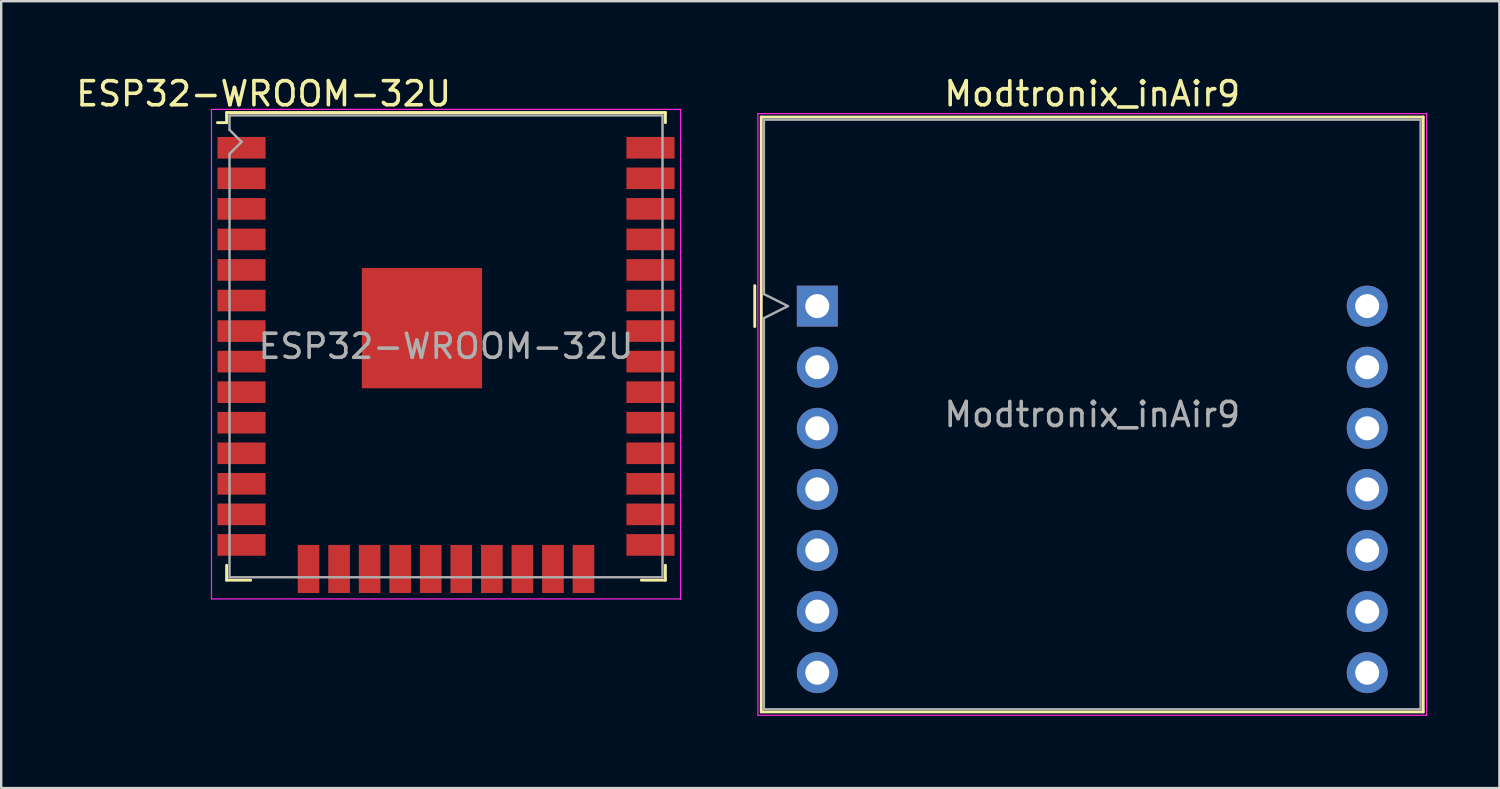
<source format=kicad_pcb>
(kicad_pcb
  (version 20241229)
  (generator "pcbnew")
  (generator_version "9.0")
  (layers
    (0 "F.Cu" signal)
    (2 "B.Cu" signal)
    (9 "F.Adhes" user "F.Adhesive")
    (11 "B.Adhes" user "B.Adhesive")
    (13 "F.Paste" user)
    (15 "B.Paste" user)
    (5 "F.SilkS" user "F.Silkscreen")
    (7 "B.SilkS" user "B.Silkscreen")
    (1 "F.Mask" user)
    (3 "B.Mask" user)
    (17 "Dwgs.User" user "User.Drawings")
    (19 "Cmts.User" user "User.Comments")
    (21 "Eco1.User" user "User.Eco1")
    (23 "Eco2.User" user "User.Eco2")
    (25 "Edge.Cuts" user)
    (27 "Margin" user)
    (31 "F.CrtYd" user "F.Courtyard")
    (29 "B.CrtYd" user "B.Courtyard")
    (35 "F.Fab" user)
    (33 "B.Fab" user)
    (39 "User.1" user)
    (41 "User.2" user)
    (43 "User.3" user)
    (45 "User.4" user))
  (footprint "Modtronix_inAir9"
    (layer "F.Cu")
    (at 30.926 9.675)
    (property "Reference" "Modtronix_inAir9" (at 11.43 -8.826 0) (layer "F.SilkS") (effects (font (size 1 1) (thickness 0.15))))
    (attr through_hole)
    (fp_line (start -2.6 -0.85) (end -2.6 0.85) (stroke (width 0.12) (type solid)) (layer "F.SilkS"))
    (fp_line (start -2.33 -7.86) (end 25.19 -7.86) (stroke (width 0.12) (type solid)) (layer "F.SilkS"))
    (fp_line (start -2.33 16.87) (end -2.33 -7.86) (stroke (width 0.12) (type solid)) (layer "F.SilkS"))
    (fp_line (start 25.19 -7.86) (end 25.19 16.87) (stroke (width 0.12) (type solid)) (layer "F.SilkS"))
    (fp_line (start 25.19 16.87) (end -2.33 16.87) (stroke (width 0.12) (type solid)) (layer "F.SilkS"))
    (fp_line (start -2.47 -8) (end 25.33 -8) (stroke (width 0.05) (type solid)) (layer "F.CrtYd"))
    (fp_line (start -2.47 17.01) (end -2.47 -8) (stroke (width 0.05) (type solid)) (layer "F.CrtYd"))
    (fp_line (start 25.33 -8) (end 25.33 17.01) (stroke (width 0.05) (type solid)) (layer "F.CrtYd"))
    (fp_line (start 25.33 17.01) (end -2.47 17.01) (stroke (width 0.05) (type solid)) (layer "F.CrtYd"))
    (fp_line (start -2.22 -7.75) (end 25.08 -7.75) (stroke (width 0.1) (type solid)) (layer "F.Fab"))
    (fp_line (start -2.22 -0.5) (end -2.22 -7.75) (stroke (width 0.1) (type solid)) (layer "F.Fab"))
    (fp_line (start -2.22 0.5) (end -1.22 0) (stroke (width 0.1) (type solid)) (layer "F.Fab"))
    (fp_line (start -2.22 16.76) (end -2.22 0.5) (stroke (width 0.1) (type solid)) (layer "F.Fab"))
    (fp_line (start -2.22 16.76) (end 25.08 16.76) (stroke (width 0.1) (type solid)) (layer "F.Fab"))
    (fp_line (start -1.22 0) (end -2.22 -0.5) (stroke (width 0.1) (type solid)) (layer "F.Fab"))
    (fp_line (start 25.08 -7.75) (end 25.08 16.76) (stroke (width 0.1) (type solid)) (layer "F.Fab"))
    (fp_text user "${REFERENCE}" (at 11.43 4.508 0) (layer "F.Fab") (effects (font (size 1 1) (thickness 0.15))))
    (pad "1" thru_hole rect (at 0 0) (size 1.7 1.7) (drill 1) (layers "*.Cu" "*.Mask"))
    (pad "2" thru_hole circle (at 0 2.54) (size 1.7 1.7) (drill 1) (layers "*.Cu" "*.Mask"))
    (pad "3" thru_hole circle (at 0 5.08) (size 1.7 1.7) (drill 1) (layers "*.Cu" "*.Mask"))
    (pad "4" thru_hole circle (at 0 7.62) (size 1.7 1.7) (drill 1) (layers "*.Cu" "*.Mask"))
    (pad "5" thru_hole circle (at 0 10.16) (size 1.7 1.7) (drill 1) (layers "*.Cu" "*.Mask"))
    (pad "6" thru_hole circle (at 0 12.7) (size 1.7 1.7) (drill 1) (layers "*.Cu" "*.Mask"))
    (pad "7" thru_hole circle (at 0 15.24) (size 1.7 1.7) (drill 1) (layers "*.Cu" "*.Mask"))
    (pad "8" thru_hole circle (at 22.86 15.24) (size 1.7 1.7) (drill 1) (layers "*.Cu" "*.Mask"))
    (pad "9" thru_hole circle (at 22.86 12.7) (size 1.7 1.7) (drill 1) (layers "*.Cu" "*.Mask"))
    (pad "10" thru_hole circle (at 22.86 10.16) (size 1.7 1.7) (drill 1) (layers "*.Cu" "*.Mask"))
    (pad "11" thru_hole circle (at 22.86 7.62) (size 1.7 1.7) (drill 1) (layers "*.Cu" "*.Mask"))
    (pad "12" thru_hole circle (at 22.86 5.08) (size 1.7 1.7) (drill 1) (layers "*.Cu" "*.Mask"))
    (pad "13" thru_hole circle (at 22.86 2.54) (size 1.7 1.7) (drill 1) (layers "*.Cu" "*.Mask"))
    (pad "14" thru_hole circle (at 22.86 0) (size 1.7 1.7) (drill 1) (layers "*.Cu" "*.Mask")))
  (footprint "ESP32-WROOM-32U"
    (layer "F.Cu")
    (at 15.491 11.348)
    (property "Reference" "ESP32-WROOM-32U" (at -7.58 -10.5 180) (layer "F.SilkS") (effects (font (size 1 1) (thickness 0.15))))
    (attr smd)
    (fp_line (start -9.12 -9.72) (end -9.12 -9.3) (stroke (width 0.12) (type solid)) (layer "F.SilkS"))
    (fp_line (start -9.12 -9.72) (end 9.12 -9.72) (stroke (width 0.12) (type solid)) (layer "F.SilkS"))
    (fp_line (start -9.12 -9.3) (end -9.5 -9.3) (stroke (width 0.12) (type solid)) (layer "F.SilkS"))
    (fp_line (start -9.12 9.1) (end -9.12 9.72) (stroke (width 0.12) (type solid)) (layer "F.SilkS"))
    (fp_line (start -9.12 9.72) (end -8.12 9.72) (stroke (width 0.12) (type solid)) (layer "F.SilkS"))
    (fp_line (start 9.12 -9.72) (end 9.12 -9.3) (stroke (width 0.12) (type solid)) (layer "F.SilkS"))
    (fp_line (start 9.12 9.1) (end 9.12 9.72) (stroke (width 0.12) (type solid)) (layer "F.SilkS"))
    (fp_line (start 9.12 9.72) (end 8.12 9.72) (stroke (width 0.12) (type solid)) (layer "F.SilkS"))
    (fp_line (start -9.75 10.5) (end -9.75 -9.85) (stroke (width 0.05) (type solid)) (layer "F.CrtYd"))
    (fp_line (start -9.75 10.5) (end 9.75 10.5) (stroke (width 0.05) (type solid)) (layer "F.CrtYd"))
    (fp_line (start 9.75 -9.85) (end -9.75 -9.85) (stroke (width 0.05) (type solid)) (layer "F.CrtYd"))
    (fp_line (start 9.75 -9.85) (end 9.75 10.5) (stroke (width 0.05) (type solid)) (layer "F.CrtYd"))
    (fp_line (start -9 -9.6) (end -9 -9) (stroke (width 0.1) (type solid)) (layer "F.Fab"))
    (fp_line (start -9 -9.6) (end 9 -9.6) (stroke (width 0.1) (type solid)) (layer "F.Fab"))
    (fp_line (start -9 -8) (end -9 9.6) (stroke (width 0.1) (type solid)) (layer "F.Fab"))
    (fp_line (start -9 -8) (end -8.5 -8.5) (stroke (width 0.1) (type solid)) (layer "F.Fab"))
    (fp_line (start -9 9.6) (end 9 9.6) (stroke (width 0.1) (type solid)) (layer "F.Fab"))
    (fp_line (start -8.5 -8.5) (end -9 -9) (stroke (width 0.1) (type solid)) (layer "F.Fab"))
    (fp_line (start 9 9.6) (end 9 -9.6) (stroke (width 0.1) (type solid)) (layer "F.Fab"))
    (fp_text user "${REFERENCE}" (at 0 0 0) (layer "F.Fab") (effects (font (size 1 1) (thickness 0.15))))
    (pad "1" smd rect (at -8.5 -8.255) (size 2 0.9) (layers "F.Cu" "F.Mask" "F.Paste"))
    (pad "2" smd rect (at -8.5 -6.985) (size 2 0.9) (layers "F.Cu" "F.Mask" "F.Paste"))
    (pad "3" smd rect (at -8.5 -5.715) (size 2 0.9) (layers "F.Cu" "F.Mask" "F.Paste"))
    (pad "4" smd rect (at -8.5 -4.445) (size 2 0.9) (layers "F.Cu" "F.Mask" "F.Paste"))
    (pad "5" smd rect (at -8.5 -3.175) (size 2 0.9) (layers "F.Cu" "F.Mask" "F.Paste"))
    (pad "6" smd rect (at -8.5 -1.905) (size 2 0.9) (layers "F.Cu" "F.Mask" "F.Paste"))
    (pad "7" smd rect (at -8.5 -0.635) (size 2 0.9) (layers "F.Cu" "F.Mask" "F.Paste"))
    (pad "8" smd rect (at -8.5 0.635) (size 2 0.9) (layers "F.Cu" "F.Mask" "F.Paste"))
    (pad "9" smd rect (at -8.5 1.905) (size 2 0.9) (layers "F.Cu" "F.Mask" "F.Paste"))
    (pad "10" smd rect (at -8.5 3.175) (size 2 0.9) (layers "F.Cu" "F.Mask" "F.Paste"))
    (pad "11" smd rect (at -8.5 4.445) (size 2 0.9) (layers "F.Cu" "F.Mask" "F.Paste"))
    (pad "12" smd rect (at -8.5 5.715) (size 2 0.9) (layers "F.Cu" "F.Mask" "F.Paste"))
    (pad "13" smd rect (at -8.5 6.985) (size 2 0.9) (layers "F.Cu" "F.Mask" "F.Paste"))
    (pad "14" smd rect (at -8.5 8.255) (size 2 0.9) (layers "F.Cu" "F.Mask" "F.Paste"))
    (pad "15" smd rect (at -5.715 9.255 270) (size 2 0.9) (layers "F.Cu" "F.Mask" "F.Paste"))
    (pad "16" smd rect (at -4.445 9.255 90) (size 2 0.9) (layers "F.Cu" "F.Mask" "F.Paste"))
    (pad "17" smd rect (at -3.175 9.255 90) (size 2 0.9) (layers "F.Cu" "F.Mask" "F.Paste"))
    (pad "18" smd rect (at -1.905 9.255 90) (size 2 0.9) (layers "F.Cu" "F.Mask" "F.Paste"))
    (pad "19" smd rect (at -0.635 9.255 90) (size 2 0.9) (layers "F.Cu" "F.Mask" "F.Paste"))
    (pad "20" smd rect (at 0.635 9.255 90) (size 2 0.9) (layers "F.Cu" "F.Mask" "F.Paste"))
    (pad "21" smd rect (at 1.905 9.255 90) (size 2 0.9) (layers "F.Cu" "F.Mask" "F.Paste"))
    (pad "22" smd rect (at 3.175 9.255 90) (size 2 0.9) (layers "F.Cu" "F.Mask" "F.Paste"))
    (pad "23" smd rect (at 4.445 9.255 90) (size 2 0.9) (layers "F.Cu" "F.Mask" "F.Paste"))
    (pad "24" smd rect (at 5.715 9.255 90) (size 2 0.9) (layers "F.Cu" "F.Mask" "F.Paste"))
    (pad "25" smd rect (at 8.5 8.255) (size 2 0.9) (layers "F.Cu" "F.Mask" "F.Paste"))
    (pad "26" smd rect (at 8.5 6.985) (size 2 0.9) (layers "F.Cu" "F.Mask" "F.Paste"))
    (pad "27" smd rect (at 8.5 5.715) (size 2 0.9) (layers "F.Cu" "F.Mask" "F.Paste"))
    (pad "28" smd rect (at 8.5 4.445) (size 2 0.9) (layers "F.Cu" "F.Mask" "F.Paste"))
    (pad "29" smd rect (at 8.5 3.175) (size 2 0.9) (layers "F.Cu" "F.Mask" "F.Paste"))
    (pad "30" smd rect (at 8.5 1.905) (size 2 0.9) (layers "F.Cu" "F.Mask" "F.Paste"))
    (pad "31" smd rect (at 8.5 0.635) (size 2 0.9) (layers "F.Cu" "F.Mask" "F.Paste"))
    (pad "32" smd rect (at 8.5 -0.635) (size 2 0.9) (layers "F.Cu" "F.Mask" "F.Paste"))
    (pad "33" smd rect (at 8.5 -1.905) (size 2 0.9) (layers "F.Cu" "F.Mask" "F.Paste"))
    (pad "34" smd rect (at 8.5 -3.175) (size 2 0.9) (layers "F.Cu" "F.Mask" "F.Paste"))
    (pad "35" smd rect (at 8.5 -4.445) (size 2 0.9) (layers "F.Cu" "F.Mask" "F.Paste"))
    (pad "36" smd rect (at 8.5 -5.715) (size 2 0.9) (layers "F.Cu" "F.Mask" "F.Paste"))
    (pad "37" smd rect (at 8.5 -6.985) (size 2 0.9) (layers "F.Cu" "F.Mask" "F.Paste"))
    (pad "38" smd rect (at 8.5 -8.255) (size 2 0.9) (layers "F.Cu" "F.Mask" "F.Paste"))
    (pad "39" smd rect (at -1 -0.755) (size 5 5) (layers "F.Cu" "F.Mask" "F.Paste")))
  (gr_rect
    (start -3 -3)
    (end 59.281 29.71)
    (stroke (width 0.1) (type default))
    (fill no)
    (layer "Edge.Cuts")))
</source>
